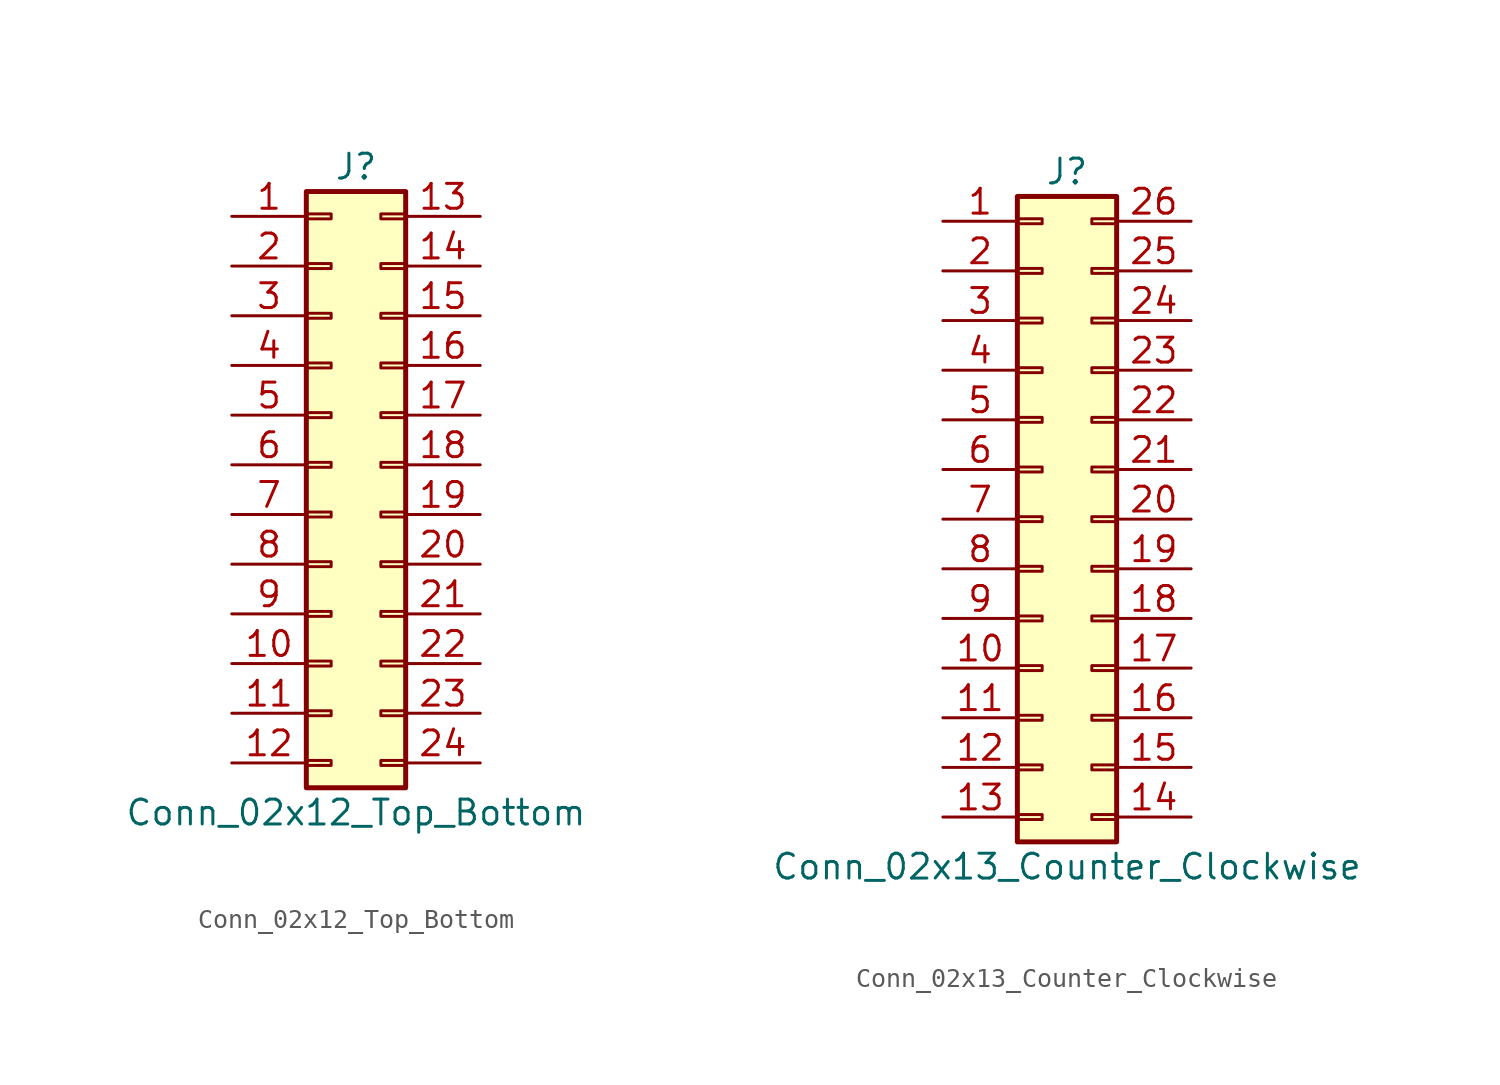
<source format=kicad_sym>
(kicad_symbol_lib
  (version 20201005)
  (generator kicad_symbol_editor)
  (symbol "Conn_02x12_Top_Bottom"
    (pin_names
      (offset 1.016) hide)
    (property "Reference" "J"
      (at 1.27 15.24 0)
      (effects (font (size 1.27 1.27))))
    (property "Value" "Conn_02x12_Top_Bottom"
      (at 1.27 -17.78 0)
      (effects (font (size 1.27 1.27))))
    (symbol "Conn_02x12_Top_Bottom_1_1"
      (rectangle (start -1.27 -15.113) (end 0 -15.367) (stroke (width 0.152)) (fill (type none)))
      (rectangle (start -1.27 -12.573) (end 0 -12.827) (stroke (width 0.152)) (fill (type none)))
      (rectangle (start -1.27 -10.033) (end 0 -10.287) (stroke (width 0.152)) (fill (type none)))
      (rectangle (start -1.27 -7.493) (end 0 -7.747) (stroke (width 0.152)) (fill (type none)))
      (rectangle (start -1.27 -4.953) (end 0 -5.207) (stroke (width 0.152)) (fill (type none)))
      (rectangle (start -1.27 -2.413) (end 0 -2.667) (stroke (width 0.152)) (fill (type none)))
      (rectangle (start -1.27 0.127) (end 0 -0.127) (stroke (width 0.152)) (fill (type none)))
      (rectangle (start -1.27 2.667) (end 0 2.413) (stroke (width 0.152)) (fill (type none)))
      (rectangle (start -1.27 5.207) (end 0 4.953) (stroke (width 0.152)) (fill (type none)))
      (rectangle (start -1.27 7.747) (end 0 7.493) (stroke (width 0.152)) (fill (type none)))
      (rectangle (start -1.27 10.287) (end 0 10.033) (stroke (width 0.152)) (fill (type none)))
      (rectangle (start -1.27 12.827) (end 0 12.573) (stroke (width 0.152)) (fill (type none)))
      (rectangle (start -1.27 13.97) (end 3.81 -16.51) (stroke (width 0.254)) (fill (type background)))
      (rectangle (start 3.81 -15.113) (end 2.54 -15.367) (stroke (width 0.152)) (fill (type none)))
      (rectangle (start 3.81 -12.573) (end 2.54 -12.827) (stroke (width 0.152)) (fill (type none)))
      (rectangle (start 3.81 -10.033) (end 2.54 -10.287) (stroke (width 0.152)) (fill (type none)))
      (rectangle (start 3.81 -7.493) (end 2.54 -7.747) (stroke (width 0.152)) (fill (type none)))
      (rectangle (start 3.81 -4.953) (end 2.54 -5.207) (stroke (width 0.152)) (fill (type none)))
      (rectangle (start 3.81 -2.413) (end 2.54 -2.667) (stroke (width 0.152)) (fill (type none)))
      (rectangle (start 3.81 0.127) (end 2.54 -0.127) (stroke (width 0.152)) (fill (type none)))
      (rectangle (start 3.81 2.667) (end 2.54 2.413) (stroke (width 0.152)) (fill (type none)))
      (rectangle (start 3.81 5.207) (end 2.54 4.953) (stroke (width 0.152)) (fill (type none)))
      (rectangle (start 3.81 7.747) (end 2.54 7.493) (stroke (width 0.152)) (fill (type none)))
      (rectangle (start 3.81 10.287) (end 2.54 10.033) (stroke (width 0.152)) (fill (type none)))
      (rectangle (start 3.81 12.827) (end 2.54 12.573) (stroke (width 0.152)) (fill (type none)))
      (pin passive line (at -5.08 12.7 0) (length 3.81) (name "Pin_1" (effects (font (size 1.27 1.27)))) (number "1" (effects (font (size 1.27 1.27)))))
      (pin passive line (at -5.08 -10.16 0) (length 3.81) (name "Pin_10" (effects (font (size 1.27 1.27)))) (number "10" (effects (font (size 1.27 1.27)))))
      (pin passive line (at -5.08 -12.7 0) (length 3.81) (name "Pin_11" (effects (font (size 1.27 1.27)))) (number "11" (effects (font (size 1.27 1.27)))))
      (pin passive line (at -5.08 -15.24 0) (length 3.81) (name "Pin_12" (effects (font (size 1.27 1.27)))) (number "12" (effects (font (size 1.27 1.27)))))
      (pin passive line (at 7.62 12.7 180) (length 3.81) (name "Pin_13" (effects (font (size 1.27 1.27)))) (number "13" (effects (font (size 1.27 1.27)))))
      (pin passive line (at 7.62 10.16 180) (length 3.81) (name "Pin_14" (effects (font (size 1.27 1.27)))) (number "14" (effects (font (size 1.27 1.27)))))
      (pin passive line (at 7.62 7.62 180) (length 3.81) (name "Pin_15" (effects (font (size 1.27 1.27)))) (number "15" (effects (font (size 1.27 1.27)))))
      (pin passive line (at 7.62 5.08 180) (length 3.81) (name "Pin_16" (effects (font (size 1.27 1.27)))) (number "16" (effects (font (size 1.27 1.27)))))
      (pin passive line (at 7.62 2.54 180) (length 3.81) (name "Pin_17" (effects (font (size 1.27 1.27)))) (number "17" (effects (font (size 1.27 1.27)))))
      (pin passive line (at 7.62 0 180) (length 3.81) (name "Pin_18" (effects (font (size 1.27 1.27)))) (number "18" (effects (font (size 1.27 1.27)))))
      (pin passive line (at 7.62 -2.54 180) (length 3.81) (name "Pin_19" (effects (font (size 1.27 1.27)))) (number "19" (effects (font (size 1.27 1.27)))))
      (pin passive line (at -5.08 10.16 0) (length 3.81) (name "Pin_2" (effects (font (size 1.27 1.27)))) (number "2" (effects (font (size 1.27 1.27)))))
      (pin passive line (at 7.62 -5.08 180) (length 3.81) (name "Pin_20" (effects (font (size 1.27 1.27)))) (number "20" (effects (font (size 1.27 1.27)))))
      (pin passive line (at 7.62 -7.62 180) (length 3.81) (name "Pin_21" (effects (font (size 1.27 1.27)))) (number "21" (effects (font (size 1.27 1.27)))))
      (pin passive line (at 7.62 -10.16 180) (length 3.81) (name "Pin_22" (effects (font (size 1.27 1.27)))) (number "22" (effects (font (size 1.27 1.27)))))
      (pin passive line (at 7.62 -12.7 180) (length 3.81) (name "Pin_23" (effects (font (size 1.27 1.27)))) (number "23" (effects (font (size 1.27 1.27)))))
      (pin passive line (at 7.62 -15.24 180) (length 3.81) (name "Pin_24" (effects (font (size 1.27 1.27)))) (number "24" (effects (font (size 1.27 1.27)))))
      (pin passive line (at -5.08 7.62 0) (length 3.81) (name "Pin_3" (effects (font (size 1.27 1.27)))) (number "3" (effects (font (size 1.27 1.27)))))
      (pin passive line (at -5.08 5.08 0) (length 3.81) (name "Pin_4" (effects (font (size 1.27 1.27)))) (number "4" (effects (font (size 1.27 1.27)))))
      (pin passive line (at -5.08 2.54 0) (length 3.81) (name "Pin_5" (effects (font (size 1.27 1.27)))) (number "5" (effects (font (size 1.27 1.27)))))
      (pin passive line (at -5.08 0 0) (length 3.81) (name "Pin_6" (effects (font (size 1.27 1.27)))) (number "6" (effects (font (size 1.27 1.27)))))
      (pin passive line (at -5.08 -2.54 0) (length 3.81) (name "Pin_7" (effects (font (size 1.27 1.27)))) (number "7" (effects (font (size 1.27 1.27)))))
      (pin passive line (at -5.08 -5.08 0) (length 3.81) (name "Pin_8" (effects (font (size 1.27 1.27)))) (number "8" (effects (font (size 1.27 1.27)))))
      (pin passive line (at -5.08 -7.62 0) (length 3.81) (name "Pin_9" (effects (font (size 1.27 1.27)))) (number "9" (effects (font (size 1.27 1.27)))))))
  (symbol "Conn_02x13_Counter_Clockwise"
    (pin_names
      (offset 1.016) hide)
    (property "Reference" "J"
      (at 1.27 17.78 0)
      (effects (font (size 1.27 1.27))))
    (property "Value" "Conn_02x13_Counter_Clockwise"
      (at 1.27 -17.78 0)
      (effects (font (size 1.27 1.27))))
    (symbol "Conn_02x13_Counter_Clockwise_1_1"
      (rectangle (start -1.27 -15.113) (end 0 -15.367) (stroke (width 0.152)) (fill (type none)))
      (rectangle (start -1.27 -12.573) (end 0 -12.827) (stroke (width 0.152)) (fill (type none)))
      (rectangle (start -1.27 -10.033) (end 0 -10.287) (stroke (width 0.152)) (fill (type none)))
      (rectangle (start -1.27 -7.493) (end 0 -7.747) (stroke (width 0.152)) (fill (type none)))
      (rectangle (start -1.27 -4.953) (end 0 -5.207) (stroke (width 0.152)) (fill (type none)))
      (rectangle (start -1.27 -2.413) (end 0 -2.667) (stroke (width 0.152)) (fill (type none)))
      (rectangle (start -1.27 0.127) (end 0 -0.127) (stroke (width 0.152)) (fill (type none)))
      (rectangle (start -1.27 2.667) (end 0 2.413) (stroke (width 0.152)) (fill (type none)))
      (rectangle (start -1.27 5.207) (end 0 4.953) (stroke (width 0.152)) (fill (type none)))
      (rectangle (start -1.27 7.747) (end 0 7.493) (stroke (width 0.152)) (fill (type none)))
      (rectangle (start -1.27 10.287) (end 0 10.033) (stroke (width 0.152)) (fill (type none)))
      (rectangle (start -1.27 12.827) (end 0 12.573) (stroke (width 0.152)) (fill (type none)))
      (rectangle (start -1.27 15.367) (end 0 15.113) (stroke (width 0.152)) (fill (type none)))
      (rectangle (start -1.27 16.51) (end 3.81 -16.51) (stroke (width 0.254)) (fill (type background)))
      (rectangle (start 3.81 -15.113) (end 2.54 -15.367) (stroke (width 0.152)) (fill (type none)))
      (rectangle (start 3.81 -12.573) (end 2.54 -12.827) (stroke (width 0.152)) (fill (type none)))
      (rectangle (start 3.81 -10.033) (end 2.54 -10.287) (stroke (width 0.152)) (fill (type none)))
      (rectangle (start 3.81 -7.493) (end 2.54 -7.747) (stroke (width 0.152)) (fill (type none)))
      (rectangle (start 3.81 -4.953) (end 2.54 -5.207) (stroke (width 0.152)) (fill (type none)))
      (rectangle (start 3.81 -2.413) (end 2.54 -2.667) (stroke (width 0.152)) (fill (type none)))
      (rectangle (start 3.81 0.127) (end 2.54 -0.127) (stroke (width 0.152)) (fill (type none)))
      (rectangle (start 3.81 2.667) (end 2.54 2.413) (stroke (width 0.152)) (fill (type none)))
      (rectangle (start 3.81 5.207) (end 2.54 4.953) (stroke (width 0.152)) (fill (type none)))
      (rectangle (start 3.81 7.747) (end 2.54 7.493) (stroke (width 0.152)) (fill (type none)))
      (rectangle (start 3.81 10.287) (end 2.54 10.033) (stroke (width 0.152)) (fill (type none)))
      (rectangle (start 3.81 12.827) (end 2.54 12.573) (stroke (width 0.152)) (fill (type none)))
      (rectangle (start 3.81 15.367) (end 2.54 15.113) (stroke (width 0.152)) (fill (type none)))
      (pin passive line (at -5.08 15.24 0) (length 3.81) (name "Pin_1" (effects (font (size 1.27 1.27)))) (number "1" (effects (font (size 1.27 1.27)))))
      (pin passive line (at -5.08 -7.62 0) (length 3.81) (name "Pin_10" (effects (font (size 1.27 1.27)))) (number "10" (effects (font (size 1.27 1.27)))))
      (pin passive line (at -5.08 -10.16 0) (length 3.81) (name "Pin_11" (effects (font (size 1.27 1.27)))) (number "11" (effects (font (size 1.27 1.27)))))
      (pin passive line (at -5.08 -12.7 0) (length 3.81) (name "Pin_12" (effects (font (size 1.27 1.27)))) (number "12" (effects (font (size 1.27 1.27)))))
      (pin passive line (at -5.08 -15.24 0) (length 3.81) (name "Pin_13" (effects (font (size 1.27 1.27)))) (number "13" (effects (font (size 1.27 1.27)))))
      (pin passive line (at 7.62 -15.24 180) (length 3.81) (name "Pin_14" (effects (font (size 1.27 1.27)))) (number "14" (effects (font (size 1.27 1.27)))))
      (pin passive line (at 7.62 -12.7 180) (length 3.81) (name "Pin_15" (effects (font (size 1.27 1.27)))) (number "15" (effects (font (size 1.27 1.27)))))
      (pin passive line (at 7.62 -10.16 180) (length 3.81) (name "Pin_16" (effects (font (size 1.27 1.27)))) (number "16" (effects (font (size 1.27 1.27)))))
      (pin passive line (at 7.62 -7.62 180) (length 3.81) (name "Pin_17" (effects (font (size 1.27 1.27)))) (number "17" (effects (font (size 1.27 1.27)))))
      (pin passive line (at 7.62 -5.08 180) (length 3.81) (name "Pin_18" (effects (font (size 1.27 1.27)))) (number "18" (effects (font (size 1.27 1.27)))))
      (pin passive line (at 7.62 -2.54 180) (length 3.81) (name "Pin_19" (effects (font (size 1.27 1.27)))) (number "19" (effects (font (size 1.27 1.27)))))
      (pin passive line (at -5.08 12.7 0) (length 3.81) (name "Pin_2" (effects (font (size 1.27 1.27)))) (number "2" (effects (font (size 1.27 1.27)))))
      (pin passive line (at 7.62 0 180) (length 3.81) (name "Pin_20" (effects (font (size 1.27 1.27)))) (number "20" (effects (font (size 1.27 1.27)))))
      (pin passive line (at 7.62 2.54 180) (length 3.81) (name "Pin_21" (effects (font (size 1.27 1.27)))) (number "21" (effects (font (size 1.27 1.27)))))
      (pin passive line (at 7.62 5.08 180) (length 3.81) (name "Pin_22" (effects (font (size 1.27 1.27)))) (number "22" (effects (font (size 1.27 1.27)))))
      (pin passive line (at 7.62 7.62 180) (length 3.81) (name "Pin_23" (effects (font (size 1.27 1.27)))) (number "23" (effects (font (size 1.27 1.27)))))
      (pin passive line (at 7.62 10.16 180) (length 3.81) (name "Pin_24" (effects (font (size 1.27 1.27)))) (number "24" (effects (font (size 1.27 1.27)))))
      (pin passive line (at 7.62 12.7 180) (length 3.81) (name "Pin_25" (effects (font (size 1.27 1.27)))) (number "25" (effects (font (size 1.27 1.27)))))
      (pin passive line (at 7.62 15.24 180) (length 3.81) (name "Pin_26" (effects (font (size 1.27 1.27)))) (number "26" (effects (font (size 1.27 1.27)))))
      (pin passive line (at -5.08 10.16 0) (length 3.81) (name "Pin_3" (effects (font (size 1.27 1.27)))) (number "3" (effects (font (size 1.27 1.27)))))
      (pin passive line (at -5.08 7.62 0) (length 3.81) (name "Pin_4" (effects (font (size 1.27 1.27)))) (number "4" (effects (font (size 1.27 1.27)))))
      (pin passive line (at -5.08 5.08 0) (length 3.81) (name "Pin_5" (effects (font (size 1.27 1.27)))) (number "5" (effects (font (size 1.27 1.27)))))
      (pin passive line (at -5.08 2.54 0) (length 3.81) (name "Pin_6" (effects (font (size 1.27 1.27)))) (number "6" (effects (font (size 1.27 1.27)))))
      (pin passive line (at -5.08 0 0) (length 3.81) (name "Pin_7" (effects (font (size 1.27 1.27)))) (number "7" (effects (font (size 1.27 1.27)))))
      (pin passive line (at -5.08 -2.54 0) (length 3.81) (name "Pin_8" (effects (font (size 1.27 1.27)))) (number "8" (effects (font (size 1.27 1.27)))))
      (pin passive line (at -5.08 -5.08 0) (length 3.81) (name "Pin_9" (effects (font (size 1.27 1.27)))) (number "9" (effects (font (size 1.27 1.27))))))))
</source>
